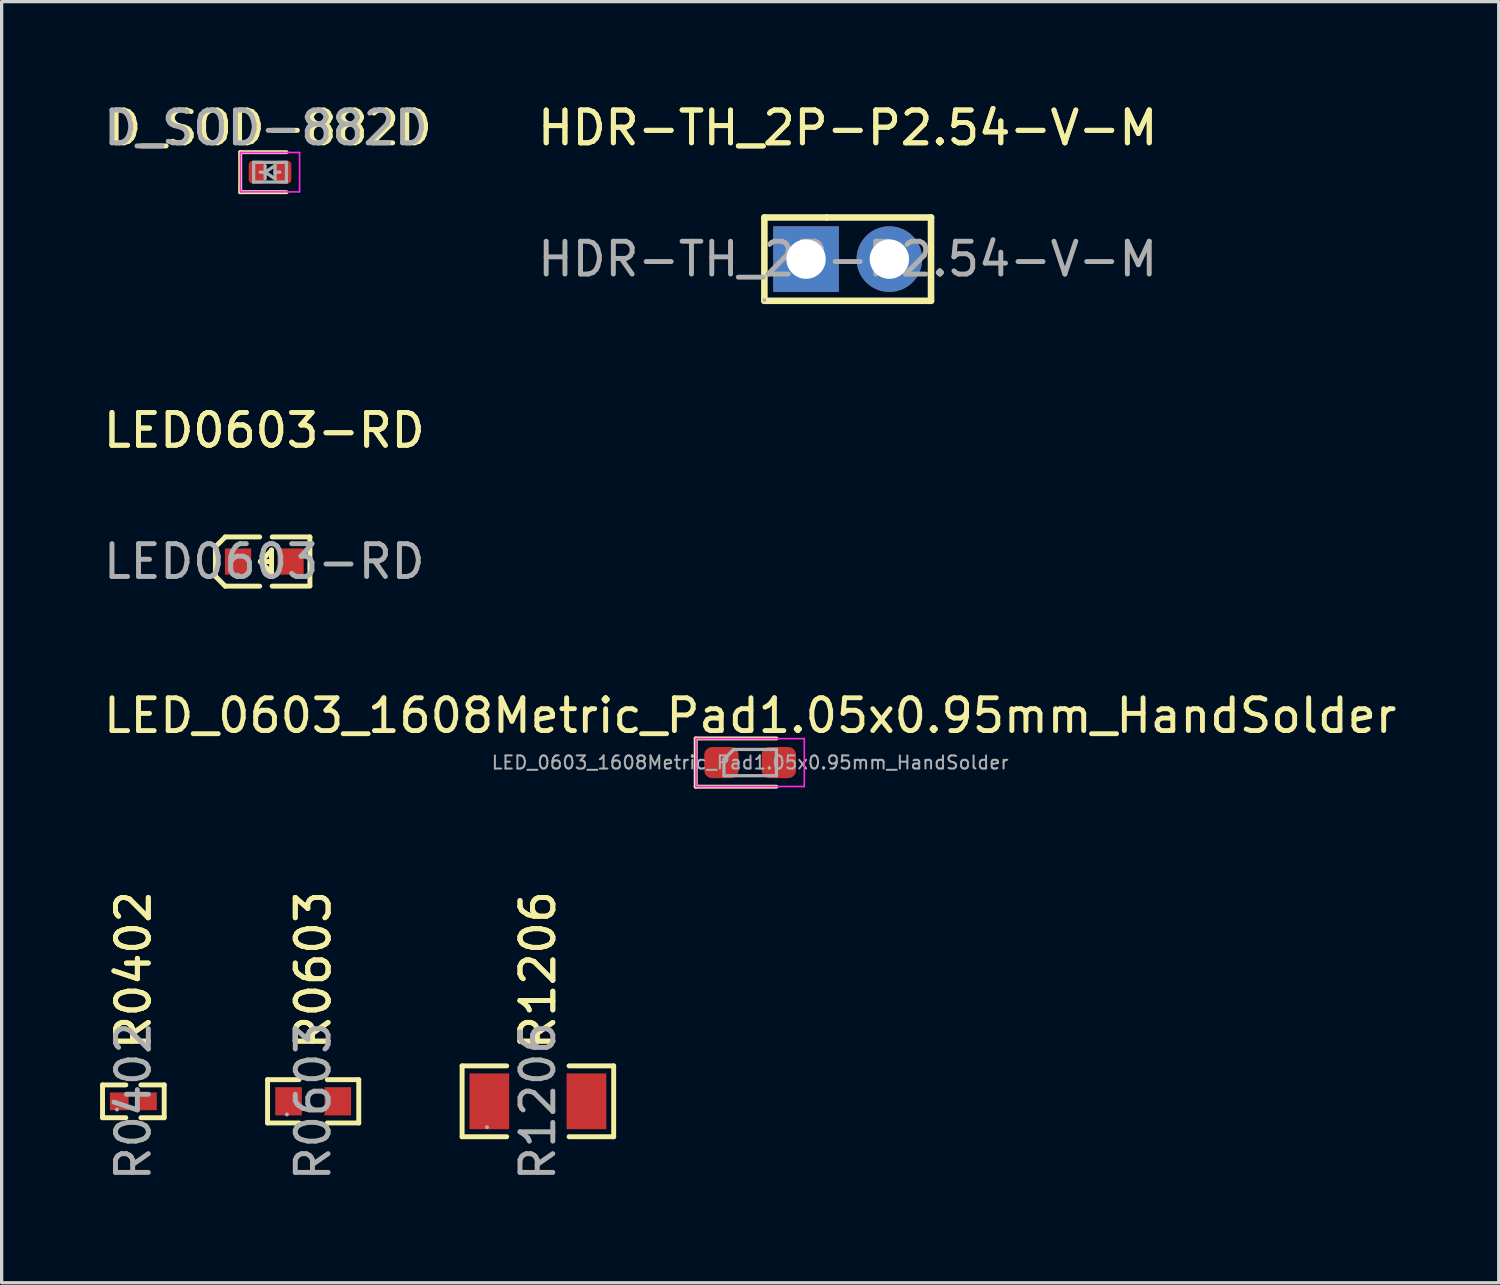
<source format=kicad_pcb>
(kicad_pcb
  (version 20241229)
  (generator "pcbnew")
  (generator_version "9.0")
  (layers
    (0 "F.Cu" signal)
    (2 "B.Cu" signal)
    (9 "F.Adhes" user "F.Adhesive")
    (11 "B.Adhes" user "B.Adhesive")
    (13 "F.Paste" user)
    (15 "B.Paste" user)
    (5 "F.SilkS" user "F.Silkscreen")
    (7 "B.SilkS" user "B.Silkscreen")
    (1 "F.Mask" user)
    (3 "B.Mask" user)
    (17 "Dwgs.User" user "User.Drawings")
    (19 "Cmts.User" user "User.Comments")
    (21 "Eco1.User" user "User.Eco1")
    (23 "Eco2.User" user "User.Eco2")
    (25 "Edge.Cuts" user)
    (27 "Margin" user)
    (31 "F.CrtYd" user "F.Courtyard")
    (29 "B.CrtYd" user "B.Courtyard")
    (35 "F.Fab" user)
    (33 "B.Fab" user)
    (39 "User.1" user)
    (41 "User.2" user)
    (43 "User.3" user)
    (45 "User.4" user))
  (footprint "R1206"
    (layer "F.Cu")
    (at 13.345 30.518)
    (property "Reference" "R1206" (at 0 -4 270) (layer "F.SilkS") (effects (font (size 1 1) (thickness 0.15))))
    (attr smd)
    (fp_line (start -2.31 -1.08) (end -0.95 -1.08) (stroke (width 0.15) (type solid)) (layer "F.SilkS"))
    (fp_line (start -2.31 1.08) (end -2.31 -1.08) (stroke (width 0.15) (type solid)) (layer "F.SilkS"))
    (fp_line (start -0.95 1.08) (end -2.31 1.08) (stroke (width 0.15) (type solid)) (layer "F.SilkS"))
    (fp_line (start 0.95 1.08) (end 2.31 1.08) (stroke (width 0.15) (type solid)) (layer "F.SilkS"))
    (fp_line (start 2.31 -1.08) (end 0.95 -1.08) (stroke (width 0.15) (type solid)) (layer "F.SilkS"))
    (fp_line (start 2.31 1.08) (end 2.31 -1.08) (stroke (width 0.15) (type solid)) (layer "F.SilkS"))
    (fp_circle (center -1.55 0.79) (end -1.52 0.79) (stroke (width 0.06) (type solid)) (fill no) (layer "F.Fab"))
    (fp_text user "${REFERENCE}" (at 0 -4 270) (layer "F.SilkS") (effects (font (size 1 1) (thickness 0.15))))
    (fp_text user "${REFERENCE}" (at 0 0 270) (layer "F.Fab") (effects (font (size 1 1) (thickness 0.15))))
    (pad "1" smd rect (at -1.48 0) (size 1.21 1.7) (layers "F.Cu" "F.Mask" "F.Paste"))
    (pad "2" smd rect (at 1.48 0) (size 1.21 1.7) (layers "F.Cu" "F.Mask" "F.Paste")))
  (footprint "R0603"
    (layer "F.Cu")
    (at 6.495 30.518)
    (property "Reference" "R0603" (at 0 -4 90) (layer "F.SilkS") (effects (font (size 1 1) (thickness 0.15))))
    (attr smd)
    (fp_line (start -1.39 -0.66) (end -0.43 -0.66) (stroke (width 0.15) (type solid)) (layer "F.SilkS"))
    (fp_line (start -1.39 0.66) (end -1.39 -0.66) (stroke (width 0.15) (type solid)) (layer "F.SilkS"))
    (fp_line (start -0.43 0.66) (end -1.39 0.66) (stroke (width 0.15) (type solid)) (layer "F.SilkS"))
    (fp_line (start 0.43 0.66) (end 1.39 0.66) (stroke (width 0.15) (type solid)) (layer "F.SilkS"))
    (fp_line (start 1.39 -0.66) (end 0.43 -0.66) (stroke (width 0.15) (type solid)) (layer "F.SilkS"))
    (fp_line (start 1.39 0.66) (end 1.39 -0.66) (stroke (width 0.15) (type solid)) (layer "F.SilkS"))
    (fp_circle (center -0.8 0.4) (end -0.77 0.4) (stroke (width 0.06) (type solid)) (fill no) (layer "F.Fab"))
    (fp_text user "${REFERENCE}" (at 0 -4 90) (layer "F.SilkS") (effects (font (size 1 1) (thickness 0.15))))
    (fp_text user "${REFERENCE}" (at 0 0 90) (layer "F.Fab") (effects (font (size 1 1) (thickness 0.15))))
    (pad "1" smd rect (at -0.75 0 180) (size 0.81 0.86) (layers "F.Cu" "F.Mask" "F.Paste"))
    (pad "2" smd rect (at 0.75 0 180) (size 0.81 0.86) (layers "F.Cu" "F.Mask" "F.Paste")))
  (footprint "HDR-TH_2P-P2.54-V-M"
    (layer "F.Cu")
    (at 22.788 4.848)
    (property "Reference" "HDR-TH_2P-P2.54-V-M" (at 0 -4 0) (layer "F.SilkS") (effects (font (size 1 1) (thickness 0.15))))
    (attr through_hole)
    (fp_line (start -2.54 -1.27) (end -0.64 -1.27) (stroke (width 0.2) (type solid)) (layer "F.SilkS"))
    (fp_line (start -2.54 1.27) (end -2.54 -1.27) (stroke (width 0.2) (type solid)) (layer "F.SilkS"))
    (fp_line (start 2.54 -1.27) (end -0.64 -1.27) (stroke (width 0.2) (type solid)) (layer "F.SilkS"))
    (fp_line (start 2.54 -1.27) (end 2.54 1.27) (stroke (width 0.2) (type solid)) (layer "F.SilkS"))
    (fp_line (start 2.54 1.27) (end -2.54 1.27) (stroke (width 0.2) (type solid)) (layer "F.SilkS"))
    (fp_circle (center -2.54 1.25) (end -2.51 1.25) (stroke (width 0.06) (type solid)) (fill no) (layer "F.Fab"))
    (fp_text user "${REFERENCE}" (at 0 -4 0) (layer "F.SilkS") (effects (font (size 1 1) (thickness 0.15))))
    (fp_text user "${REFERENCE}" (at 0 0 0) (layer "F.Fab") (effects (font (size 1 1) (thickness 0.15))))
    (pad "1" thru_hole rect (at -1.27 0) (size 2 2) (drill 1.2) (layers "*.Cu" "*.Mask"))
    (pad "2" thru_hole circle (at 1.27 0) (size 2 2) (drill 1.2) (layers "*.Cu" "*.Mask")))
  (footprint "R0402"
    (layer "F.Cu")
    (at 1.015 30.518)
    (property "Reference" "R0402" (at 0 -4 90) (layer "F.SilkS") (effects (font (size 1 1) (thickness 0.15))))
    (attr smd)
    (fp_line (start -0.94 -0.5) (end -0.23 -0.5) (stroke (width 0.15) (type solid)) (layer "F.SilkS"))
    (fp_line (start -0.94 0.5) (end -0.94 -0.5) (stroke (width 0.15) (type solid)) (layer "F.SilkS"))
    (fp_line (start -0.23 0.5) (end -0.94 0.5) (stroke (width 0.15) (type solid)) (layer "F.SilkS"))
    (fp_line (start 0.23 0.5) (end 0.94 0.5) (stroke (width 0.15) (type solid)) (layer "F.SilkS"))
    (fp_line (start 0.94 -0.5) (end 0.23 -0.5) (stroke (width 0.15) (type solid)) (layer "F.SilkS"))
    (fp_line (start 0.94 0.5) (end 0.94 -0.5) (stroke (width 0.15) (type solid)) (layer "F.SilkS"))
    (fp_circle (center -0.5 0.25) (end -0.47 0.25) (stroke (width 0.06) (type solid)) (fill no) (layer "F.Fab"))
    (fp_text user "${REFERENCE}" (at 0 -4 90) (layer "F.SilkS") (effects (font (size 1 1) (thickness 0.15))))
    (fp_text user "${REFERENCE}" (at 0 0 90) (layer "F.Fab") (effects (font (size 1 1) (thickness 0.15))))
    (pad "1" smd rect (at -0.43 0 180) (size 0.57 0.54) (layers "F.Cu" "F.Mask" "F.Paste"))
    (pad "2" smd rect (at 0.43 0 180) (size 0.57 0.54) (layers "F.Cu" "F.Mask" "F.Paste")))
  (footprint "LED0603-RD"
    (layer "F.Cu")
    (at 5.006 14.066)
    (property "Reference" "LED0603-RD" (at 0 -4 180) (layer "F.SilkS") (effects (font (size 1 1) (thickness 0.15))))
    (attr smd)
    (fp_line (start -1.49 -0.45) (end -1.19 -0.75) (stroke (width 0.15) (type solid)) (layer "F.SilkS"))
    (fp_line (start -1.49 -0.35) (end -1.49 -0.45) (stroke (width 0.15) (type solid)) (layer "F.SilkS"))
    (fp_line (start -1.49 -0.35) (end -1.49 0.35) (stroke (width 0.15) (type solid)) (layer "F.SilkS"))
    (fp_line (start -1.49 0.35) (end -1.49 0.45) (stroke (width 0.15) (type solid)) (layer "F.SilkS"))
    (fp_line (start -1.49 0.45) (end -1.19 0.75) (stroke (width 0.15) (type solid)) (layer "F.SilkS"))
    (fp_line (start -0.14 -0.75) (end -1.19 -0.75) (stroke (width 0.15) (type solid)) (layer "F.SilkS"))
    (fp_line (start -0.14 0.75) (end -1.19 0.75) (stroke (width 0.15) (type solid)) (layer "F.SilkS"))
    (fp_line (start 0.21 0.33) (end -0.12 0) (stroke (width 0.15) (type solid)) (layer "F.SilkS"))
    (fp_line (start 0.22 -0.35) (end 0.22 -0.34) (stroke (width 0.15) (type solid)) (layer "F.SilkS"))
    (fp_line (start 0.22 -0.35) (end 0.22 0.33) (stroke (width 0.15) (type solid)) (layer "F.SilkS"))
    (fp_line (start 0.22 -0.34) (end -0.12 0) (stroke (width 0.15) (type solid)) (layer "F.SilkS"))
    (fp_line (start 0.22 0) (end -0.12 0) (stroke (width 0.15) (type solid)) (layer "F.SilkS"))
    (fp_line (start 0.22 0.33) (end 0.21 0.33) (stroke (width 0.15) (type solid)) (layer "F.SilkS"))
    (fp_line (start 0.24 -0.75) (end 1.39 -0.75) (stroke (width 0.15) (type solid)) (layer "F.SilkS"))
    (fp_line (start 0.24 0.75) (end 1.39 0.75) (stroke (width 0.15) (type solid)) (layer "F.SilkS"))
    (fp_line (start 1.39 -0.75) (end 1.39 0.73) (stroke (width 0.15) (type solid)) (layer "F.SilkS"))
    (fp_circle (center -0.8 0.4) (end -0.77 0.4) (stroke (width 0.06) (type solid)) (fill no) (layer "F.Fab"))
    (fp_text user "${REFERENCE}" (at 0 -4 180) (layer "F.SilkS") (effects (font (size 1 1) (thickness 0.15))))
    (fp_text user "${REFERENCE}" (at 0 0 180) (layer "F.Fab") (effects (font (size 1 1) (thickness 0.15))))
    (pad "1" smd rect (at -0.8 0 90) (size 0.8 0.8) (layers "F.Cu" "F.Mask" "F.Paste"))
    (pad "2" smd rect (at 0.8 0 90) (size 0.8 0.8) (layers "F.Cu" "F.Mask" "F.Paste")))
  (footprint "LED_0603_1608Metric_Pad1.05x0.95mm_HandSolder"
    (layer "F.Cu")
    (at 19.815 20.193)
    (property "Reference" "LED_0603_1608Metric_Pad1.05x0.95mm_HandSolder" (at 0 -1.43 0) (layer "F.SilkS") (effects (font (size 1 1) (thickness 0.15))))
    (attr smd)
    (fp_line (start -1.66 -0.735) (end -1.66 0.735) (stroke (width 0.12) (type solid)) (layer "F.SilkS"))
    (fp_line (start -1.66 0.735) (end 0.8 0.735) (stroke (width 0.12) (type solid)) (layer "F.SilkS"))
    (fp_line (start 0.8 -0.735) (end -1.66 -0.735) (stroke (width 0.12) (type solid)) (layer "F.SilkS"))
    (fp_line (start -1.65 -0.73) (end 1.65 -0.73) (stroke (width 0.05) (type solid)) (layer "F.CrtYd"))
    (fp_line (start -1.65 0.73) (end -1.65 -0.73) (stroke (width 0.05) (type solid)) (layer "F.CrtYd"))
    (fp_line (start 1.65 -0.73) (end 1.65 0.73) (stroke (width 0.05) (type solid)) (layer "F.CrtYd"))
    (fp_line (start 1.65 0.73) (end -1.65 0.73) (stroke (width 0.05) (type solid)) (layer "F.CrtYd"))
    (fp_line (start -0.8 -0.1) (end -0.8 0.4) (stroke (width 0.1) (type solid)) (layer "F.Fab"))
    (fp_line (start -0.8 0.4) (end 0.8 0.4) (stroke (width 0.1) (type solid)) (layer "F.Fab"))
    (fp_line (start -0.5 -0.4) (end -0.8 -0.1) (stroke (width 0.1) (type solid)) (layer "F.Fab"))
    (fp_line (start 0.8 -0.4) (end -0.5 -0.4) (stroke (width 0.1) (type solid)) (layer "F.Fab"))
    (fp_line (start 0.8 0.4) (end 0.8 -0.4) (stroke (width 0.1) (type solid)) (layer "F.Fab"))
    (fp_text user "${REFERENCE}" (at 0 0 0) (layer "F.Fab") (effects (font (size 0.4 0.4) (thickness 0.06))))
    (pad "1" smd roundrect (at -0.875 0) (size 1.05 0.95) (layers "F.Cu" "F.Mask" "F.Paste") (roundrect_rratio 0.25))
    (pad "2" smd roundrect (at 0.875 0) (size 1.05 0.95) (layers "F.Cu" "F.Mask" "F.Paste") (roundrect_rratio 0.25)))
  (footprint "D_SOD-882D"
    (layer "F.Cu")
    (at 5.181 2.198)
    (property "Reference" "D_SOD-882D" (at 0 -1.35 0) (layer "F.SilkS") (effects (font (size 1 1) (thickness 0.15))))
    (attr smd)
    (fp_line (start -0.91 -0.61) (end -0.91 0.61) (stroke (width 0.12) (type solid)) (layer "F.SilkS"))
    (fp_line (start -0.91 -0.61) (end 0.5 -0.61) (stroke (width 0.12) (type solid)) (layer "F.SilkS"))
    (fp_line (start -0.91 0.61) (end 0.5 0.61) (stroke (width 0.12) (type solid)) (layer "F.SilkS"))
    (fp_line (start -0.9 -0.6) (end -0.9 0.6) (stroke (width 0.05) (type solid)) (layer "F.CrtYd"))
    (fp_line (start -0.9 -0.6) (end 0.9 -0.6) (stroke (width 0.05) (type solid)) (layer "F.CrtYd"))
    (fp_line (start 0.9 -0.6) (end 0.9 0.6) (stroke (width 0.05) (type solid)) (layer "F.CrtYd"))
    (fp_line (start 0.9 0.6) (end -0.9 0.6) (stroke (width 0.05) (type solid)) (layer "F.CrtYd"))
    (fp_line (start -0.5 -0.3) (end 0.5 -0.3) (stroke (width 0.1) (type solid)) (layer "F.Fab"))
    (fp_line (start -0.5 0.3) (end -0.5 -0.3) (stroke (width 0.1) (type solid)) (layer "F.Fab"))
    (fp_line (start -0.15 0) (end -0.3 0) (stroke (width 0.1) (type solid)) (layer "F.Fab"))
    (fp_line (start -0.15 0) (end 0.15 0.2) (stroke (width 0.1) (type solid)) (layer "F.Fab"))
    (fp_line (start -0.15 0.2) (end -0.15 -0.2) (stroke (width 0.1) (type solid)) (layer "F.Fab"))
    (fp_line (start 0.15 -0.2) (end -0.15 0) (stroke (width 0.1) (type solid)) (layer "F.Fab"))
    (fp_line (start 0.15 0) (end 0.3 0) (stroke (width 0.1) (type solid)) (layer "F.Fab"))
    (fp_line (start 0.15 0.2) (end 0.15 -0.2) (stroke (width 0.1) (type solid)) (layer "F.Fab"))
    (fp_line (start 0.5 -0.3) (end 0.5 0.3) (stroke (width 0.1) (type solid)) (layer "F.Fab"))
    (fp_line (start 0.5 0.3) (end -0.5 0.3) (stroke (width 0.1) (type solid)) (layer "F.Fab"))
    (fp_text user "${REFERENCE}" (at -0.127 -1.35 0) (layer "F.Fab") (effects (font (size 1 1) (thickness 0.15))))
    (pad "" smd roundrect (at -0.35 0) (size 0.3 0.6) (layers "F.Paste") (roundrect_rratio 0.25))
    (pad "" smd roundrect (at 0.35 0) (size 0.3 0.6) (layers "F.Paste") (roundrect_rratio 0.25))
    (pad "1" smd roundrect (at -0.4 0) (size 0.5 0.7) (layers "F.Cu" "F.Mask" "F.Paste") (roundrect_rratio 0.25))
    (pad "2" smd roundrect (at 0.4 0) (size 0.5 0.7) (layers "F.Cu" "F.Mask" "F.Paste") (roundrect_rratio 0.25)))
  (gr_rect
    (start -3 -3)
    (end 42.631 36.048)
    (stroke (width 0.1) (type default))
    (fill no)
    (layer "Edge.Cuts")))
</source>
